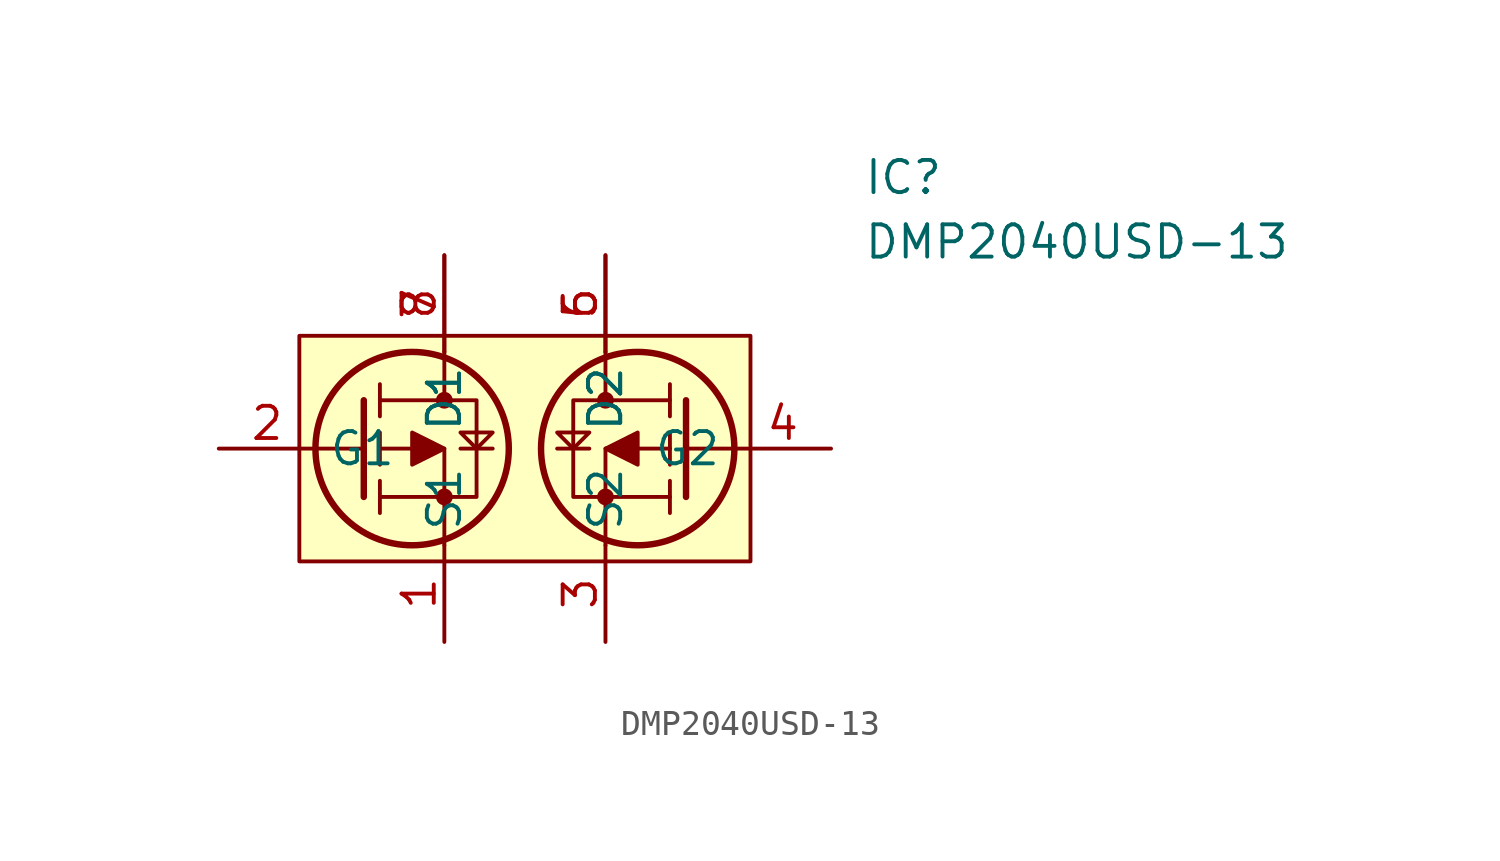
<source format=kicad_sym>
(kicad_symbol_lib
  (version 20231120)
  (generator "kicad_symbol_editor")
  (generator_version "8.0")
  (symbol "DMP2040USD-13"
    (property "Reference" "IC"
      (at 21.59 7.62 0)
      (effects (font (size 1.27 1.27)) (justify left top)))
    (property "Value" "DMP2040USD-13"
      (at 21.59 5.08 0)
      (effects (font (size 1.27 1.27)) (justify left top)))
    (symbol "DMP2040USD-13_0_1"
      (polyline (pts (xy 1.905 -3.81) (xy 0 -3.81)) (stroke (width 0) (type default)) (fill (type none)))
      (polyline (pts (xy 1.905 -1.905) (xy 1.905 -5.715)) (stroke (width 0.254) (type default)) (fill (type none)))
      (polyline (pts (xy 5.08 0) (xy 5.08 -1.905)) (stroke (width 0) (type default)) (fill (type none)))
      (polyline (pts (xy 5.715 -3.81) (xy 6.985 -3.81)) (stroke (width 0) (type default)) (fill (type none)))
      (polyline (pts (xy 10.795 -3.81) (xy 9.525 -3.81)) (stroke (width 0) (type default)) (fill (type none)))
      (polyline (pts (xy 11.43 0) (xy 11.43 -1.905)) (stroke (width 0) (type default)) (fill (type none)))
      (polyline (pts (xy 14.605 -3.81) (xy 16.51 -3.81)) (stroke (width 0) (type default)) (fill (type none)))
      (polyline (pts (xy 14.605 -1.905) (xy 14.605 -5.715)) (stroke (width 0.254) (type default)) (fill (type none)))
      (polyline (pts (xy 5.08 -7.62) (xy 5.08 -3.81) (xy 2.54 -3.81)) (stroke (width 0) (type default)) (fill (type none)))
      (polyline (pts (xy 11.43 -7.62) (xy 11.43 -3.81) (xy 13.97 -3.81)) (stroke (width 0) (type default)) (fill (type none)))
      (polyline (pts (xy 2.54 -5.715) (xy 6.35 -5.715) (xy 6.35 -1.905) (xy 2.54 -1.905)) (stroke (width 0) (type default)) (fill (type none)))
      (polyline (pts (xy 5.715 -3.175) (xy 6.985 -3.175) (xy 6.35 -3.81) (xy 5.715 -3.175)) (stroke (width 0) (type default)) (fill (type none)))
      (polyline (pts (xy 10.795 -3.175) (xy 9.525 -3.175) (xy 10.16 -3.81) (xy 10.795 -3.175)) (stroke (width 0) (type default)) (fill (type none)))
      (polyline (pts (xy 13.97 -5.715) (xy 10.16 -5.715) (xy 10.16 -1.905) (xy 13.97 -1.905)) (stroke (width 0) (type default)) (fill (type none)))
      (circle (center 3.81 -3.81) (radius 3.81) (stroke (width 0.254) (type default)) (fill (type none)))
      (circle (center 5.08 -5.715) (radius 0.254) (stroke (width 0) (type default)) (fill (type outline)))
      (circle (center 5.08 -1.905) (radius 0.254) (stroke (width 0) (type default)) (fill (type outline)))
      (circle (center 11.43 -5.715) (radius 0.254) (stroke (width 0) (type default)) (fill (type outline)))
      (circle (center 11.43 -1.905) (radius 0.254) (stroke (width 0) (type default)) (fill (type outline)))
      (circle (center 12.7 -3.81) (radius 3.81) (stroke (width 0.254) (type default)) (fill (type none))))
    (symbol "DMP2040USD-13_1_1"
      (rectangle (start -0.635 0.635) (end 17.145 -8.255) (stroke (width 0) (type default)) (fill (type background)))
      (polyline (pts (xy 2.54 -6.35) (xy 2.54 -5.08)) (stroke (width 0) (type default)) (fill (type none)))
      (polyline (pts (xy 2.54 -4.445) (xy 2.54 -3.175)) (stroke (width 0) (type default)) (fill (type none)))
      (polyline (pts (xy 2.54 -2.54) (xy 2.54 -1.27)) (stroke (width 0) (type default)) (fill (type none)))
      (polyline (pts (xy 13.97 -6.35) (xy 13.97 -5.08)) (stroke (width 0) (type default)) (fill (type none)))
      (polyline (pts (xy 13.97 -4.445) (xy 13.97 -3.175)) (stroke (width 0) (type default)) (fill (type none)))
      (polyline (pts (xy 13.97 -2.54) (xy 13.97 -1.27)) (stroke (width 0) (type default)) (fill (type none)))
      (polyline (pts (xy 3.81 -4.445) (xy 3.81 -3.175) (xy 5.08 -3.81) (xy 3.81 -4.445)) (stroke (width 0) (type default)) (fill (type outline)))
      (polyline (pts (xy 12.7 -4.445) (xy 12.7 -3.175) (xy 11.43 -3.81) (xy 12.7 -4.445)) (stroke (width 0) (type default)) (fill (type outline)))
      (pin passive line (at 5.08 -11.43 90) (length 3.81) (name "S1" (effects (font (size 1.27 1.27)))) (number "1" (effects (font (size 1.27 1.27)))))
      (pin passive line (at -3.81 -3.81 0) (length 3.81) (name "G1" (effects (font (size 1.27 1.27)))) (number "2" (effects (font (size 1.27 1.27)))))
      (pin passive line (at 11.43 -11.43 90) (length 3.81) (name "S2" (effects (font (size 1.27 1.27)))) (number "3" (effects (font (size 1.27 1.27)))))
      (pin passive line (at 20.32 -3.81 180) (length 3.81) (name "G2" (effects (font (size 1.27 1.27)))) (number "4" (effects (font (size 1.27 1.27)))))
      (pin passive line (at 11.43 3.81 270) (length 3.81) (name "D2" (effects (font (size 1.27 1.27)))) (number "5" (effects (font (size 1.27 1.27)))))
      (pin passive line (at 11.43 3.81 270) (length 3.81) (name "D2" (effects (font (size 1.27 1.27)))) (number "6" (effects (font (size 1.27 1.27)))))
      (pin passive line (at 5.08 3.81 270) (length 3.81) (name "D1" (effects (font (size 1.27 1.27)))) (number "7" (effects (font (size 1.27 1.27)))))
      (pin passive line (at 5.08 3.81 270) (length 3.81) (name "D1" (effects (font (size 1.27 1.27)))) (number "8" (effects (font (size 1.27 1.27))))))))
</source>
